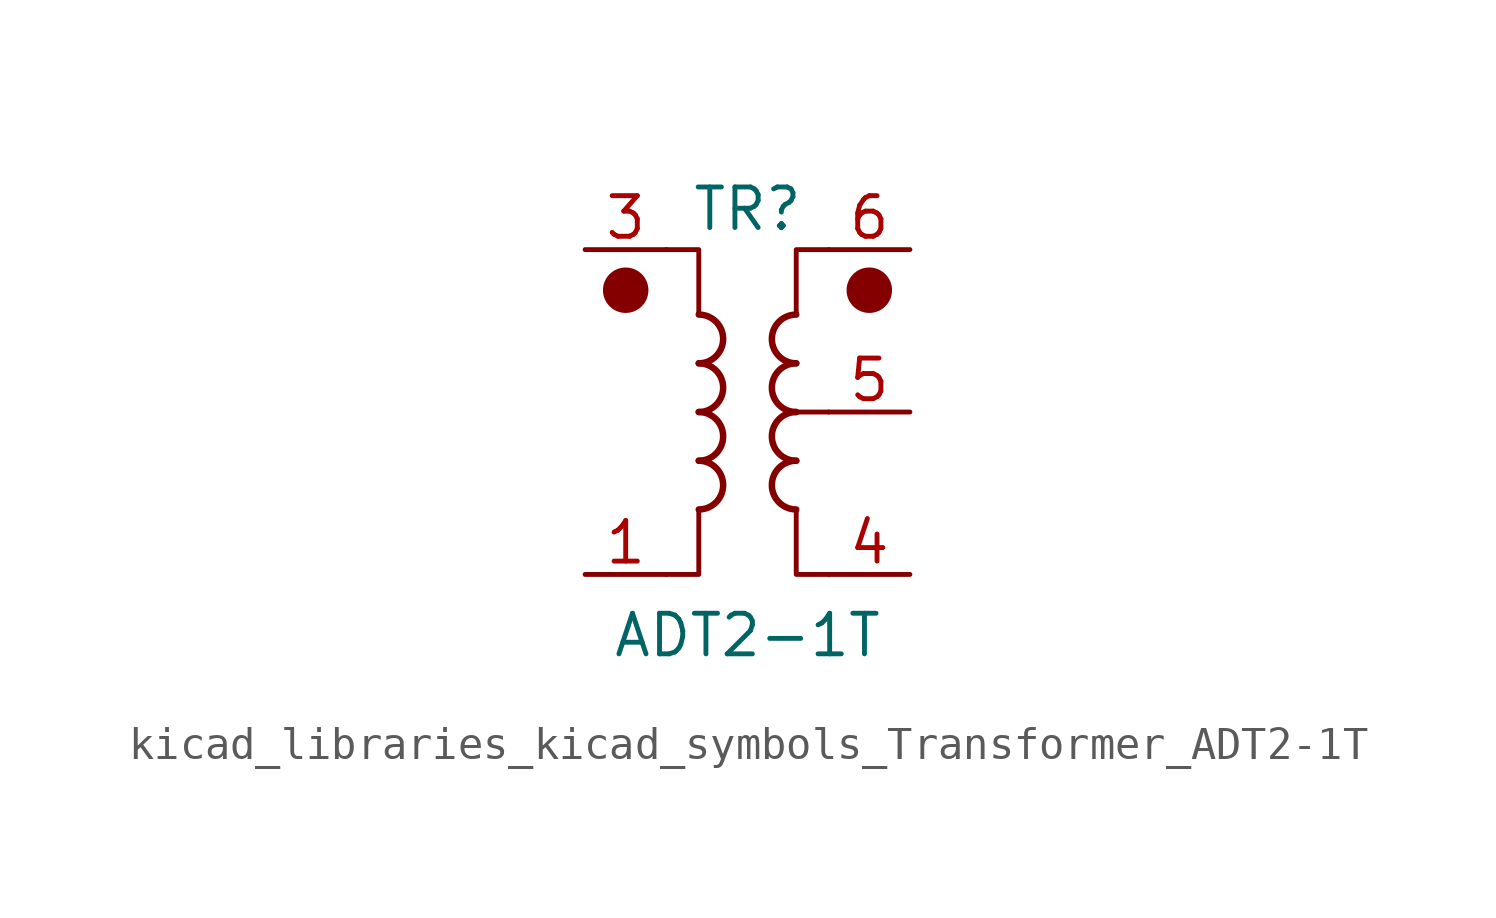
<source format=kicad_sym>
(kicad_symbol_lib
  (version 20220914)
  (generator kicad_symbol_editor)
  (symbol "kicad_libraries_kicad_symbols_Transformer_ADT2-1T"
    (pin_names hide)
    (property "Reference" "TR"
      (at 0 6.35 0)
      (effects (font (size 1.27 1.27))))
    (property "Value" "ADT2-1T"
      (at 0 -6.985 0)
      (effects (font (size 1.27 1.27))))
    (symbol "kicad_libraries_kicad_symbols_Transformer_ADT2-1T_0_1"
      (circle (center -3.81 3.81) (radius 0.635) (stroke (width 0) (type default)) (fill (type outline)))
      (arc (start -1.524 -3.048) (mid -0.7653 -2.286) (end -1.524 -1.524) (stroke (width 0.2032) (type default)) (fill (type none)))
      (arc (start -1.524 -1.524) (mid -0.7653 -0.762) (end -1.524 0) (stroke (width 0.2032) (type default)) (fill (type none)))
      (arc (start -1.524 0) (mid -0.7653 0.762) (end -1.524 1.524) (stroke (width 0.2032) (type default)) (fill (type none)))
      (arc (start -1.524 1.524) (mid -0.7653 2.286) (end -1.524 3.048) (stroke (width 0.2032) (type default)) (fill (type none)))
      (polyline (pts (xy 2.54 0) (xy 1.27 0)) (stroke (width 0.152) (type default)) (fill (type none)))
      (polyline (pts (xy -2.54 5.08) (xy -1.524 5.08) (xy -1.524 3.048)) (stroke (width 0.152) (type default)) (fill (type none)))
      (polyline (pts (xy -1.524 -3.048) (xy -1.524 -5.08) (xy -2.54 -5.08)) (stroke (width 0.152) (type default)) (fill (type none)))
      (polyline (pts (xy 1.524 3.048) (xy 1.524 5.08) (xy 2.54 5.08)) (stroke (width 0.152) (type default)) (fill (type none)))
      (polyline (pts (xy 2.54 -5.08) (xy 1.524 -5.08) (xy 1.524 -3.048)) (stroke (width 0.152) (type default)) (fill (type none)))
      (arc (start 1.524 -1.524) (mid 0.7653 -2.286) (end 1.524 -3.048) (stroke (width 0.2032) (type default)) (fill (type none)))
      (arc (start 1.524 0) (mid 0.7653 -0.762) (end 1.524 -1.524) (stroke (width 0.2032) (type default)) (fill (type none)))
      (arc (start 1.524 1.524) (mid 0.7653 0.762) (end 1.524 0) (stroke (width 0.2032) (type default)) (fill (type none)))
      (arc (start 1.524 3.048) (mid 0.7653 2.286) (end 1.524 1.524) (stroke (width 0.2032) (type default)) (fill (type none)))
      (circle (center 3.81 3.81) (radius 0.635) (stroke (width 0) (type default)) (fill (type outline))))
    (symbol "kicad_libraries_kicad_symbols_Transformer_ADT2-1T_1_1"
      (pin passive line (at -5.08 -5.08 0) (length 2.54) (name "~" (effects (font (size 1.27 1.27)))) (number "1" (effects (font (size 1.27 1.27)))))
      (pin no_connect line (at -2.54 0 0) (length 2.54) hide (name "~" (effects (font (size 1.27 1.27)))) (number "2" (effects (font (size 1.27 1.27)))))
      (pin passive line (at -5.08 5.08 0) (length 2.54) (name "~" (effects (font (size 1.27 1.27)))) (number "3" (effects (font (size 1.27 1.27)))))
      (pin passive line (at 5.08 -5.08 180) (length 2.54) (name "~" (effects (font (size 1.27 1.27)))) (number "4" (effects (font (size 1.27 1.27)))))
      (pin passive line (at 5.08 0 180) (length 2.54) (name "~" (effects (font (size 1.27 1.27)))) (number "5" (effects (font (size 1.27 1.27)))))
      (pin passive line (at 5.08 5.08 180) (length 2.54) (name "~" (effects (font (size 1.27 1.27)))) (number "6" (effects (font (size 1.27 1.27))))))))
</source>
